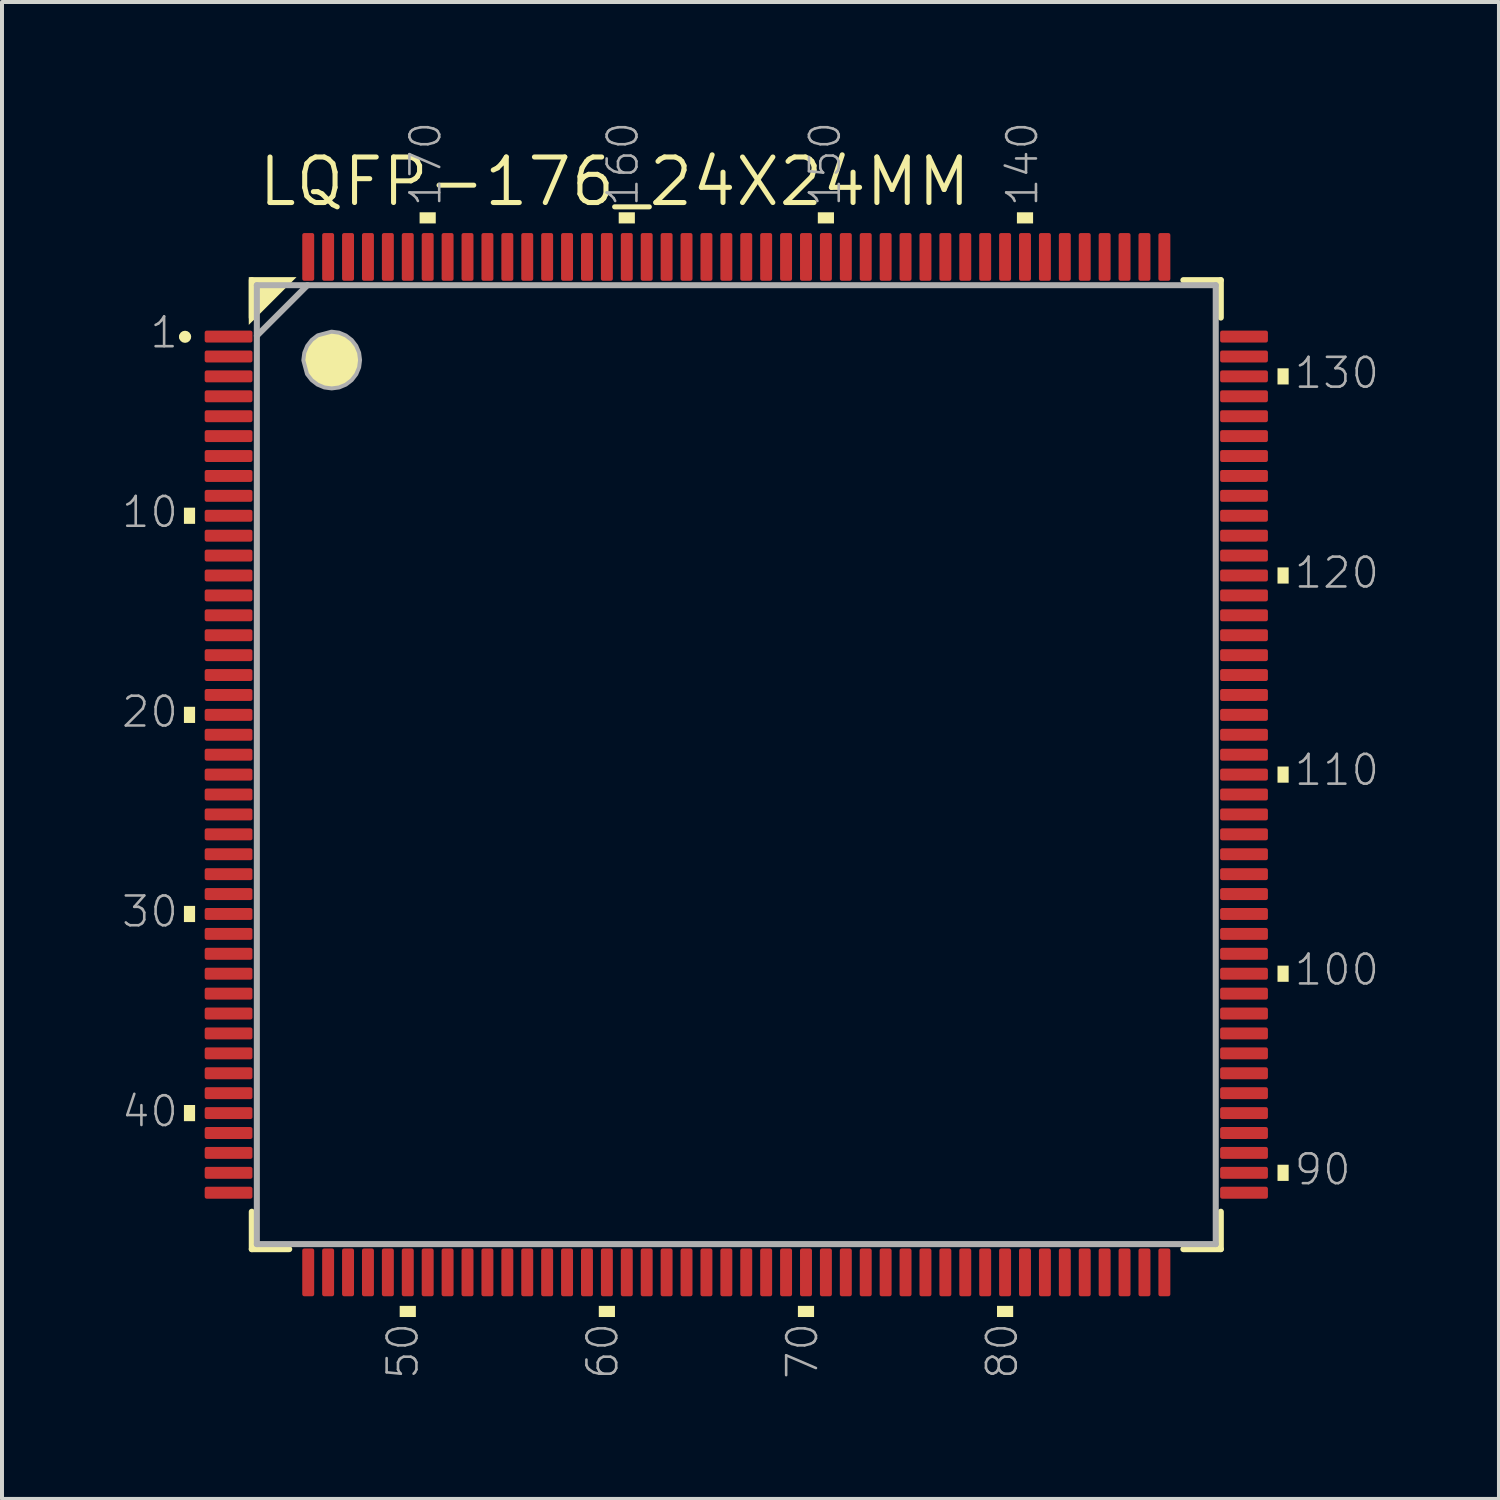
<source format=kicad_pcb>
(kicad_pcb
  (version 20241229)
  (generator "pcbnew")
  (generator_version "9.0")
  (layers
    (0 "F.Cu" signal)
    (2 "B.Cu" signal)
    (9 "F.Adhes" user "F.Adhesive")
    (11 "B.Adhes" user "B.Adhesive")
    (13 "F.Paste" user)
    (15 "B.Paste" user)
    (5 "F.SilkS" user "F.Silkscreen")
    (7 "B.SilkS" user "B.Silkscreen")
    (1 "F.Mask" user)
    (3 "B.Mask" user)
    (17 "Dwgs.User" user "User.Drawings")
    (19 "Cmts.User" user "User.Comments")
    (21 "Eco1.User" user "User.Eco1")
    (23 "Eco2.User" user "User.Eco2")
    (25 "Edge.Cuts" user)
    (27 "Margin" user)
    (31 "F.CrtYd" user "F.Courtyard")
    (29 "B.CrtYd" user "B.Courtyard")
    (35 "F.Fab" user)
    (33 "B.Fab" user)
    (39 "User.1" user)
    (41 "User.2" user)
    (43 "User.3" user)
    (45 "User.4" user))
  (footprint "LQFP-176_24X24MM"
    (layer "F.Cu")
    (at 15.44 16.152)
    (property "Reference" "LQFP-176_24X24MM" (at -12.065 -13.97 0) (layer "F.SilkS") (effects (font (size 1.143 1.143) (thickness 0.127)) (justify left bottom)))
    (fp_line (start -12.167 -12.167) (end -12.167 -11.227) (stroke (width 0.152) (type solid)) (layer "F.SilkS"))
    (fp_line (start -12.167 11.227) (end -12.167 12.167) (stroke (width 0.152) (type solid)) (layer "F.SilkS"))
    (fp_line (start -12.167 12.167) (end -11.227 12.167) (stroke (width 0.152) (type solid)) (layer "F.SilkS"))
    (fp_line (start 11.227 12.167) (end 12.167 12.167) (stroke (width 0.152) (type solid)) (layer "F.SilkS"))
    (fp_line (start 12.167 -12.167) (end 11.227 -12.167) (stroke (width 0.152) (type solid)) (layer "F.SilkS"))
    (fp_line (start 12.167 -11.227) (end 12.167 -12.167) (stroke (width 0.152) (type solid)) (layer "F.SilkS"))
    (fp_line (start 12.167 12.167) (end 12.167 11.227) (stroke (width 0.152) (type solid)) (layer "F.SilkS"))
    (fp_arc (start -13.9192 -10.7442) (mid -13.843 -10.8204) (end -13.7668 -10.7442) (stroke (width 0.1524) (type solid)) (layer "F.SilkS"))
    (fp_arc (start -13.7668 -10.7442) (mid -13.843 -10.668) (end -13.9192 -10.7442) (stroke (width 0.1524) (type solid)) (layer "F.SilkS"))
    (fp_poly (pts (xy -12.243 -11.043) (xy -12.243 -12.243) (xy -11.043 -12.243)) (stroke (width 0) (type solid)) (fill yes) (layer "F.SilkS"))
    (fp_poly (pts (xy -13.591 -6.047) (xy -13.871 -6.047) (xy -13.871 -6.453) (xy -13.591 -6.453)) (stroke (width 0) (type solid)) (fill yes) (layer "F.SilkS"))
    (fp_poly (pts (xy -13.591 -1.047) (xy -13.871 -1.047) (xy -13.871 -1.453) (xy -13.591 -1.453)) (stroke (width 0) (type solid)) (fill yes) (layer "F.SilkS"))
    (fp_poly (pts (xy -13.591 3.953) (xy -13.871 3.953) (xy -13.871 3.547) (xy -13.591 3.547)) (stroke (width 0) (type solid)) (fill yes) (layer "F.SilkS"))
    (fp_poly (pts (xy -13.591 8.953) (xy -13.871 8.953) (xy -13.871 8.547) (xy -13.591 8.547)) (stroke (width 0) (type solid)) (fill yes) (layer "F.SilkS"))
    (fp_poly (pts (xy -8.047 13.871) (xy -8.453 13.871) (xy -8.453 13.591) (xy -8.047 13.591)) (stroke (width 0) (type solid)) (fill yes) (layer "F.SilkS"))
    (fp_poly (pts (xy -7.547 -13.591) (xy -7.953 -13.591) (xy -7.953 -13.871) (xy -7.547 -13.871)) (stroke (width 0) (type solid)) (fill yes) (layer "F.SilkS"))
    (fp_poly (pts (xy -3.047 13.871) (xy -3.453 13.871) (xy -3.453 13.591) (xy -3.047 13.591)) (stroke (width 0) (type solid)) (fill yes) (layer "F.SilkS"))
    (fp_poly (pts (xy -2.547 -13.591) (xy -2.953 -13.591) (xy -2.953 -13.871) (xy -2.547 -13.871)) (stroke (width 0) (type solid)) (fill yes) (layer "F.SilkS"))
    (fp_poly (pts (xy 1.953 13.871) (xy 1.547 13.871) (xy 1.547 13.591) (xy 1.953 13.591)) (stroke (width 0) (type solid)) (fill yes) (layer "F.SilkS"))
    (fp_poly (pts (xy 2.453 -13.591) (xy 2.047 -13.591) (xy 2.047 -13.871) (xy 2.453 -13.871)) (stroke (width 0) (type solid)) (fill yes) (layer "F.SilkS"))
    (fp_poly (pts (xy 6.953 13.871) (xy 6.547 13.871) (xy 6.547 13.591) (xy 6.953 13.591)) (stroke (width 0) (type solid)) (fill yes) (layer "F.SilkS"))
    (fp_poly (pts (xy 7.453 -13.591) (xy 7.047 -13.591) (xy 7.047 -13.871) (xy 7.453 -13.871)) (stroke (width 0) (type solid)) (fill yes) (layer "F.SilkS"))
    (fp_poly (pts (xy 13.871 -9.547) (xy 13.591 -9.547) (xy 13.591 -9.953) (xy 13.871 -9.953)) (stroke (width 0) (type solid)) (fill yes) (layer "F.SilkS"))
    (fp_poly (pts (xy 13.871 -4.547) (xy 13.591 -4.547) (xy 13.591 -4.953) (xy 13.871 -4.953)) (stroke (width 0) (type solid)) (fill yes) (layer "F.SilkS"))
    (fp_poly (pts (xy 13.871 0.453) (xy 13.591 0.453) (xy 13.591 0.047) (xy 13.871 0.047)) (stroke (width 0) (type solid)) (fill yes) (layer "F.SilkS"))
    (fp_poly (pts (xy 13.871 5.453) (xy 13.591 5.453) (xy 13.591 5.047) (xy 13.871 5.047)) (stroke (width 0) (type solid)) (fill yes) (layer "F.SilkS"))
    (fp_poly (pts (xy 13.871 10.453) (xy 13.591 10.453) (xy 13.591 10.047) (xy 13.871 10.047)) (stroke (width 0) (type solid)) (fill yes) (layer "F.SilkS"))
    (fp_poly (pts (xy -9.976 -10.848) (xy -9.804 -10.776) (xy -9.657 -10.663) (xy -9.544 -10.516) (xy -9.472 -10.344) (xy -9.448 -10.16) (xy -9.472 -9.976) (xy -9.544 -9.804) (xy -9.657 -9.657) (xy -9.804 -9.544) (xy -9.976 -9.472) (xy -10.16 -9.448) (xy -10.344 -9.472) (xy -10.516 -9.544) (xy -10.663 -9.657) (xy -10.78 -9.808) (xy -10.873 -10.155) (xy -10.848 -10.344) (xy -10.776 -10.516) (xy -10.663 -10.663) (xy -10.512 -10.78) (xy -10.165 -10.873)) (stroke (width 0) (type solid)) (fill yes) (layer "F.SilkS"))
    (fp_line (start -12.04 -12.04) (end -12.04 12.04) (stroke (width 0.152) (type solid)) (layer "F.Fab"))
    (fp_line (start -12.04 -10.77) (end -10.77 -12.04) (stroke (width 0.152) (type solid)) (layer "F.Fab"))
    (fp_line (start -12.04 12.04) (end 12.04 12.04) (stroke (width 0.152) (type solid)) (layer "F.Fab"))
    (fp_line (start 12.04 -12.04) (end -12.04 -12.04) (stroke (width 0.152) (type solid)) (layer "F.Fab"))
    (fp_line (start 12.04 12.04) (end 12.04 -12.04) (stroke (width 0.152) (type solid)) (layer "F.Fab"))
    (fp_poly (pts (xy -9.976 -10.848) (xy -9.804 -10.776) (xy -9.657 -10.663) (xy -9.544 -10.516) (xy -9.472 -10.344) (xy -9.448 -10.16) (xy -9.472 -9.976) (xy -9.544 -9.804) (xy -9.657 -9.657) (xy -9.804 -9.544) (xy -9.976 -9.472) (xy -10.16 -9.448) (xy -10.344 -9.472) (xy -10.516 -9.544) (xy -10.663 -9.657) (xy -10.78 -9.808) (xy -10.873 -10.155) (xy -10.848 -10.344) (xy -10.776 -10.516) (xy -10.663 -10.663) (xy -10.512 -10.78) (xy -10.165 -10.873)) (stroke (width 0.1) (type solid)) (fill no) (layer "F.Fab"))
    (fp_text user "20" (at -13.97 -0.889 0) (layer "F.Fab") (effects (font (size 0.748 0.748) (thickness 0.065)) (justify right bottom)))
    (fp_text user "70" (at 2.095 13.97 90) (layer "F.Fab") (effects (font (size 0.748 0.748) (thickness 0.065)) (justify right bottom)))
    (fp_text user "120" (at 13.97 -4.381 0) (layer "F.Fab") (effects (font (size 0.748 0.748) (thickness 0.065)) (justify left bottom)))
    (fp_text user "10" (at -13.97 -5.905 0) (layer "F.Fab") (effects (font (size 0.748 0.748) (thickness 0.065)) (justify right bottom)))
    (fp_text user "50" (at -7.938 13.97 90) (layer "F.Fab") (effects (font (size 0.748 0.748) (thickness 0.065)) (justify right bottom)))
    (fp_text user "130" (at 13.97 -9.398 0) (layer "F.Fab") (effects (font (size 0.748 0.748) (thickness 0.065)) (justify left bottom)))
    (fp_text user "100" (at 13.97 5.588 0) (layer "F.Fab") (effects (font (size 0.748 0.748) (thickness 0.065)) (justify left bottom)))
    (fp_text user "40" (at -13.97 9.144 0) (layer "F.Fab") (effects (font (size 0.748 0.748) (thickness 0.065)) (justify right bottom)))
    (fp_text user "110" (at 13.97 0.572 0) (layer "F.Fab") (effects (font (size 0.748 0.748) (thickness 0.065)) (justify left bottom)))
    (fp_text user "170" (at -7.366 -13.97 90) (layer "F.Fab") (effects (font (size 0.748 0.748) (thickness 0.065)) (justify left bottom)))
    (fp_text user "140" (at 7.62 -13.97 90) (layer "F.Fab") (effects (font (size 0.748 0.748) (thickness 0.065)) (justify left bottom)))
    (fp_text user "1" (at -13.97 -10.414 0) (layer "F.Fab") (effects (font (size 0.748 0.748) (thickness 0.065)) (justify right bottom)))
    (fp_text user "90" (at 13.97 10.604 0) (layer "F.Fab") (effects (font (size 0.748 0.748) (thickness 0.065)) (justify left bottom)))
    (fp_text user "150" (at 2.667 -13.97 90) (layer "F.Fab") (effects (font (size 0.748 0.748) (thickness 0.065)) (justify left bottom)))
    (fp_text user "80" (at 7.112 13.97 90) (layer "F.Fab") (effects (font (size 0.748 0.748) (thickness 0.065)) (justify right bottom)))
    (fp_text user "30" (at -13.97 4.128 0) (layer "F.Fab") (effects (font (size 0.748 0.748) (thickness 0.065)) (justify right bottom)))
    (fp_text user "160" (at -2.413 -13.97 90) (layer "F.Fab") (effects (font (size 0.748 0.748) (thickness 0.065)) (justify left bottom)))
    (fp_text user "60" (at -2.921 13.97 90) (layer "F.Fab") (effects (font (size 0.748 0.748) (thickness 0.065)) (justify right bottom)))
    (pad "1" smd roundrect (at -12.75 -10.75) (size 1.2 0.3) (layers "F.Cu" "F.Mask" "F.Paste") (roundrect_rratio 0.169))
    (pad "2" smd roundrect (at -12.75 -10.25) (size 1.2 0.3) (layers "F.Cu" "F.Mask" "F.Paste") (roundrect_rratio 0.169))
    (pad "3" smd roundrect (at -12.75 -9.75) (size 1.2 0.3) (layers "F.Cu" "F.Mask" "F.Paste") (roundrect_rratio 0.169))
    (pad "4" smd roundrect (at -12.75 -9.25) (size 1.2 0.3) (layers "F.Cu" "F.Mask" "F.Paste") (roundrect_rratio 0.169))
    (pad "5" smd roundrect (at -12.75 -8.75) (size 1.2 0.3) (layers "F.Cu" "F.Mask" "F.Paste") (roundrect_rratio 0.169))
    (pad "6" smd roundrect (at -12.75 -8.25) (size 1.2 0.3) (layers "F.Cu" "F.Mask" "F.Paste") (roundrect_rratio 0.169))
    (pad "7" smd roundrect (at -12.75 -7.75) (size 1.2 0.3) (layers "F.Cu" "F.Mask" "F.Paste") (roundrect_rratio 0.169))
    (pad "8" smd roundrect (at -12.75 -7.25) (size 1.2 0.3) (layers "F.Cu" "F.Mask" "F.Paste") (roundrect_rratio 0.169))
    (pad "9" smd roundrect (at -12.75 -6.75) (size 1.2 0.3) (layers "F.Cu" "F.Mask" "F.Paste") (roundrect_rratio 0.169))
    (pad "10" smd roundrect (at -12.75 -6.25) (size 1.2 0.3) (layers "F.Cu" "F.Mask" "F.Paste") (roundrect_rratio 0.169))
    (pad "11" smd roundrect (at -12.75 -5.75) (size 1.2 0.3) (layers "F.Cu" "F.Mask" "F.Paste") (roundrect_rratio 0.169))
    (pad "12" smd roundrect (at -12.75 -5.25) (size 1.2 0.3) (layers "F.Cu" "F.Mask" "F.Paste") (roundrect_rratio 0.169))
    (pad "13" smd roundrect (at -12.75 -4.75) (size 1.2 0.3) (layers "F.Cu" "F.Mask" "F.Paste") (roundrect_rratio 0.169))
    (pad "14" smd roundrect (at -12.75 -4.25) (size 1.2 0.3) (layers "F.Cu" "F.Mask" "F.Paste") (roundrect_rratio 0.169))
    (pad "15" smd roundrect (at -12.75 -3.75) (size 1.2 0.3) (layers "F.Cu" "F.Mask" "F.Paste") (roundrect_rratio 0.169))
    (pad "16" smd roundrect (at -12.75 -3.25) (size 1.2 0.3) (layers "F.Cu" "F.Mask" "F.Paste") (roundrect_rratio 0.169))
    (pad "17" smd roundrect (at -12.75 -2.75) (size 1.2 0.3) (layers "F.Cu" "F.Mask" "F.Paste") (roundrect_rratio 0.169))
    (pad "18" smd roundrect (at -12.75 -2.25) (size 1.2 0.3) (layers "F.Cu" "F.Mask" "F.Paste") (roundrect_rratio 0.169))
    (pad "19" smd roundrect (at -12.75 -1.75) (size 1.2 0.3) (layers "F.Cu" "F.Mask" "F.Paste") (roundrect_rratio 0.169))
    (pad "20" smd roundrect (at -12.75 -1.25) (size 1.2 0.3) (layers "F.Cu" "F.Mask" "F.Paste") (roundrect_rratio 0.169))
    (pad "21" smd roundrect (at -12.75 -0.75) (size 1.2 0.3) (layers "F.Cu" "F.Mask" "F.Paste") (roundrect_rratio 0.169))
    (pad "22" smd roundrect (at -12.75 -0.25) (size 1.2 0.3) (layers "F.Cu" "F.Mask" "F.Paste") (roundrect_rratio 0.169))
    (pad "23" smd roundrect (at -12.75 0.25) (size 1.2 0.3) (layers "F.Cu" "F.Mask" "F.Paste") (roundrect_rratio 0.169))
    (pad "24" smd roundrect (at -12.75 0.75) (size 1.2 0.3) (layers "F.Cu" "F.Mask" "F.Paste") (roundrect_rratio 0.169))
    (pad "25" smd roundrect (at -12.75 1.25) (size 1.2 0.3) (layers "F.Cu" "F.Mask" "F.Paste") (roundrect_rratio 0.169))
    (pad "26" smd roundrect (at -12.75 1.75) (size 1.2 0.3) (layers "F.Cu" "F.Mask" "F.Paste") (roundrect_rratio 0.169))
    (pad "27" smd roundrect (at -12.75 2.25) (size 1.2 0.3) (layers "F.Cu" "F.Mask" "F.Paste") (roundrect_rratio 0.169))
    (pad "28" smd roundrect (at -12.75 2.75) (size 1.2 0.3) (layers "F.Cu" "F.Mask" "F.Paste") (roundrect_rratio 0.169))
    (pad "29" smd roundrect (at -12.75 3.25) (size 1.2 0.3) (layers "F.Cu" "F.Mask" "F.Paste") (roundrect_rratio 0.169))
    (pad "30" smd roundrect (at -12.75 3.75) (size 1.2 0.3) (layers "F.Cu" "F.Mask" "F.Paste") (roundrect_rratio 0.169))
    (pad "31" smd roundrect (at -12.75 4.25) (size 1.2 0.3) (layers "F.Cu" "F.Mask" "F.Paste") (roundrect_rratio 0.169))
    (pad "32" smd roundrect (at -12.75 4.75) (size 1.2 0.3) (layers "F.Cu" "F.Mask" "F.Paste") (roundrect_rratio 0.169))
    (pad "33" smd roundrect (at -12.75 5.25) (size 1.2 0.3) (layers "F.Cu" "F.Mask" "F.Paste") (roundrect_rratio 0.169))
    (pad "34" smd roundrect (at -12.75 5.75) (size 1.2 0.3) (layers "F.Cu" "F.Mask" "F.Paste") (roundrect_rratio 0.169))
    (pad "35" smd roundrect (at -12.75 6.25) (size 1.2 0.3) (layers "F.Cu" "F.Mask" "F.Paste") (roundrect_rratio 0.169))
    (pad "36" smd roundrect (at -12.75 6.75) (size 1.2 0.3) (layers "F.Cu" "F.Mask" "F.Paste") (roundrect_rratio 0.169))
    (pad "37" smd roundrect (at -12.75 7.25) (size 1.2 0.3) (layers "F.Cu" "F.Mask" "F.Paste") (roundrect_rratio 0.169))
    (pad "38" smd roundrect (at -12.75 7.75) (size 1.2 0.3) (layers "F.Cu" "F.Mask" "F.Paste") (roundrect_rratio 0.169))
    (pad "39" smd roundrect (at -12.75 8.25) (size 1.2 0.3) (layers "F.Cu" "F.Mask" "F.Paste") (roundrect_rratio 0.169))
    (pad "40" smd roundrect (at -12.75 8.75) (size 1.2 0.3) (layers "F.Cu" "F.Mask" "F.Paste") (roundrect_rratio 0.169))
    (pad "41" smd roundrect (at -12.75 9.25) (size 1.2 0.3) (layers "F.Cu" "F.Mask" "F.Paste") (roundrect_rratio 0.169))
    (pad "42" smd roundrect (at -12.75 9.75) (size 1.2 0.3) (layers "F.Cu" "F.Mask" "F.Paste") (roundrect_rratio 0.169))
    (pad "43" smd roundrect (at -12.75 10.25) (size 1.2 0.3) (layers "F.Cu" "F.Mask" "F.Paste") (roundrect_rratio 0.169))
    (pad "44" smd roundrect (at -12.75 10.75) (size 1.2 0.3) (layers "F.Cu" "F.Mask" "F.Paste") (roundrect_rratio 0.169))
    (pad "45" smd roundrect (at -10.75 12.75 90) (size 1.2 0.3) (layers "F.Cu" "F.Mask" "F.Paste") (roundrect_rratio 0.169))
    (pad "46" smd roundrect (at -10.25 12.75 90) (size 1.2 0.3) (layers "F.Cu" "F.Mask" "F.Paste") (roundrect_rratio 0.169))
    (pad "47" smd roundrect (at -9.75 12.75 90) (size 1.2 0.3) (layers "F.Cu" "F.Mask" "F.Paste") (roundrect_rratio 0.169))
    (pad "48" smd roundrect (at -9.25 12.75 90) (size 1.2 0.3) (layers "F.Cu" "F.Mask" "F.Paste") (roundrect_rratio 0.169))
    (pad "49" smd roundrect (at -8.75 12.75 90) (size 1.2 0.3) (layers "F.Cu" "F.Mask" "F.Paste") (roundrect_rratio 0.169))
    (pad "50" smd roundrect (at -8.25 12.75 90) (size 1.2 0.3) (layers "F.Cu" "F.Mask" "F.Paste") (roundrect_rratio 0.169))
    (pad "51" smd roundrect (at -7.75 12.75 90) (size 1.2 0.3) (layers "F.Cu" "F.Mask" "F.Paste") (roundrect_rratio 0.169))
    (pad "52" smd roundrect (at -7.25 12.75 90) (size 1.2 0.3) (layers "F.Cu" "F.Mask" "F.Paste") (roundrect_rratio 0.169))
    (pad "53" smd roundrect (at -6.75 12.75 90) (size 1.2 0.3) (layers "F.Cu" "F.Mask" "F.Paste") (roundrect_rratio 0.169))
    (pad "54" smd roundrect (at -6.25 12.75 90) (size 1.2 0.3) (layers "F.Cu" "F.Mask" "F.Paste") (roundrect_rratio 0.169))
    (pad "55" smd roundrect (at -5.75 12.75 90) (size 1.2 0.3) (layers "F.Cu" "F.Mask" "F.Paste") (roundrect_rratio 0.169))
    (pad "56" smd roundrect (at -5.25 12.75 90) (size 1.2 0.3) (layers "F.Cu" "F.Mask" "F.Paste") (roundrect_rratio 0.169))
    (pad "57" smd roundrect (at -4.75 12.75 90) (size 1.2 0.3) (layers "F.Cu" "F.Mask" "F.Paste") (roundrect_rratio 0.169))
    (pad "58" smd roundrect (at -4.25 12.75 90) (size 1.2 0.3) (layers "F.Cu" "F.Mask" "F.Paste") (roundrect_rratio 0.169))
    (pad "59" smd roundrect (at -3.75 12.75 90) (size 1.2 0.3) (layers "F.Cu" "F.Mask" "F.Paste") (roundrect_rratio 0.169))
    (pad "60" smd roundrect (at -3.25 12.75 90) (size 1.2 0.3) (layers "F.Cu" "F.Mask" "F.Paste") (roundrect_rratio 0.169))
    (pad "61" smd roundrect (at -2.75 12.75 90) (size 1.2 0.3) (layers "F.Cu" "F.Mask" "F.Paste") (roundrect_rratio 0.169))
    (pad "62" smd roundrect (at -2.25 12.75 90) (size 1.2 0.3) (layers "F.Cu" "F.Mask" "F.Paste") (roundrect_rratio 0.169))
    (pad "63" smd roundrect (at -1.75 12.75 90) (size 1.2 0.3) (layers "F.Cu" "F.Mask" "F.Paste") (roundrect_rratio 0.169))
    (pad "64" smd roundrect (at -1.25 12.75 90) (size 1.2 0.3) (layers "F.Cu" "F.Mask" "F.Paste") (roundrect_rratio 0.169))
    (pad "65" smd roundrect (at -0.75 12.75 90) (size 1.2 0.3) (layers "F.Cu" "F.Mask" "F.Paste") (roundrect_rratio 0.169))
    (pad "66" smd roundrect (at -0.25 12.75 90) (size 1.2 0.3) (layers "F.Cu" "F.Mask" "F.Paste") (roundrect_rratio 0.169))
    (pad "67" smd roundrect (at 0.25 12.75 90) (size 1.2 0.3) (layers "F.Cu" "F.Mask" "F.Paste") (roundrect_rratio 0.169))
    (pad "68" smd roundrect (at 0.75 12.75 90) (size 1.2 0.3) (layers "F.Cu" "F.Mask" "F.Paste") (roundrect_rratio 0.169))
    (pad "69" smd roundrect (at 1.25 12.75 90) (size 1.2 0.3) (layers "F.Cu" "F.Mask" "F.Paste") (roundrect_rratio 0.169))
    (pad "70" smd roundrect (at 1.75 12.75 90) (size 1.2 0.3) (layers "F.Cu" "F.Mask" "F.Paste") (roundrect_rratio 0.169))
    (pad "71" smd roundrect (at 2.25 12.75 90) (size 1.2 0.3) (layers "F.Cu" "F.Mask" "F.Paste") (roundrect_rratio 0.169))
    (pad "72" smd roundrect (at 2.75 12.75 90) (size 1.2 0.3) (layers "F.Cu" "F.Mask" "F.Paste") (roundrect_rratio 0.169))
    (pad "73" smd roundrect (at 3.25 12.75 90) (size 1.2 0.3) (layers "F.Cu" "F.Mask" "F.Paste") (roundrect_rratio 0.169))
    (pad "74" smd roundrect (at 3.75 12.75 90) (size 1.2 0.3) (layers "F.Cu" "F.Mask" "F.Paste") (roundrect_rratio 0.169))
    (pad "75" smd roundrect (at 4.25 12.75 90) (size 1.2 0.3) (layers "F.Cu" "F.Mask" "F.Paste") (roundrect_rratio 0.169))
    (pad "76" smd roundrect (at 4.75 12.75 90) (size 1.2 0.3) (layers "F.Cu" "F.Mask" "F.Paste") (roundrect_rratio 0.169))
    (pad "77" smd roundrect (at 5.25 12.75 90) (size 1.2 0.3) (layers "F.Cu" "F.Mask" "F.Paste") (roundrect_rratio 0.169))
    (pad "78" smd roundrect (at 5.75 12.75 90) (size 1.2 0.3) (layers "F.Cu" "F.Mask" "F.Paste") (roundrect_rratio 0.169))
    (pad "79" smd roundrect (at 6.25 12.75 90) (size 1.2 0.3) (layers "F.Cu" "F.Mask" "F.Paste") (roundrect_rratio 0.169))
    (pad "80" smd roundrect (at 6.75 12.75 90) (size 1.2 0.3) (layers "F.Cu" "F.Mask" "F.Paste") (roundrect_rratio 0.169))
    (pad "81" smd roundrect (at 7.25 12.75 90) (size 1.2 0.3) (layers "F.Cu" "F.Mask" "F.Paste") (roundrect_rratio 0.169))
    (pad "82" smd roundrect (at 7.75 12.75 90) (size 1.2 0.3) (layers "F.Cu" "F.Mask" "F.Paste") (roundrect_rratio 0.169))
    (pad "83" smd roundrect (at 8.25 12.75 90) (size 1.2 0.3) (layers "F.Cu" "F.Mask" "F.Paste") (roundrect_rratio 0.169))
    (pad "84" smd roundrect (at 8.75 12.75 90) (size 1.2 0.3) (layers "F.Cu" "F.Mask" "F.Paste") (roundrect_rratio 0.169))
    (pad "85" smd roundrect (at 9.25 12.75 90) (size 1.2 0.3) (layers "F.Cu" "F.Mask" "F.Paste") (roundrect_rratio 0.169))
    (pad "86" smd roundrect (at 9.75 12.75 90) (size 1.2 0.3) (layers "F.Cu" "F.Mask" "F.Paste") (roundrect_rratio 0.169))
    (pad "87" smd roundrect (at 10.25 12.75 90) (size 1.2 0.3) (layers "F.Cu" "F.Mask" "F.Paste") (roundrect_rratio 0.169))
    (pad "88" smd roundrect (at 10.75 12.75 90) (size 1.2 0.3) (layers "F.Cu" "F.Mask" "F.Paste") (roundrect_rratio 0.169))
    (pad "89" smd roundrect (at 12.75 10.75 180) (size 1.2 0.3) (layers "F.Cu" "F.Mask" "F.Paste") (roundrect_rratio 0.169))
    (pad "90" smd roundrect (at 12.75 10.25 180) (size 1.2 0.3) (layers "F.Cu" "F.Mask" "F.Paste") (roundrect_rratio 0.169))
    (pad "91" smd roundrect (at 12.75 9.75 180) (size 1.2 0.3) (layers "F.Cu" "F.Mask" "F.Paste") (roundrect_rratio 0.169))
    (pad "92" smd roundrect (at 12.75 9.25 180) (size 1.2 0.3) (layers "F.Cu" "F.Mask" "F.Paste") (roundrect_rratio 0.169))
    (pad "93" smd roundrect (at 12.75 8.75 180) (size 1.2 0.3) (layers "F.Cu" "F.Mask" "F.Paste") (roundrect_rratio 0.169))
    (pad "94" smd roundrect (at 12.75 8.25 180) (size 1.2 0.3) (layers "F.Cu" "F.Mask" "F.Paste") (roundrect_rratio 0.169))
    (pad "95" smd roundrect (at 12.75 7.75 180) (size 1.2 0.3) (layers "F.Cu" "F.Mask" "F.Paste") (roundrect_rratio 0.169))
    (pad "96" smd roundrect (at 12.75 7.25 180) (size 1.2 0.3) (layers "F.Cu" "F.Mask" "F.Paste") (roundrect_rratio 0.169))
    (pad "97" smd roundrect (at 12.75 6.75 180) (size 1.2 0.3) (layers "F.Cu" "F.Mask" "F.Paste") (roundrect_rratio 0.169))
    (pad "98" smd roundrect (at 12.75 6.25 180) (size 1.2 0.3) (layers "F.Cu" "F.Mask" "F.Paste") (roundrect_rratio 0.169))
    (pad "99" smd roundrect (at 12.75 5.75 180) (size 1.2 0.3) (layers "F.Cu" "F.Mask" "F.Paste") (roundrect_rratio 0.169))
    (pad "100" smd roundrect (at 12.75 5.25 180) (size 1.2 0.3) (layers "F.Cu" "F.Mask" "F.Paste") (roundrect_rratio 0.169))
    (pad "101" smd roundrect (at 12.75 4.75 180) (size 1.2 0.3) (layers "F.Cu" "F.Mask" "F.Paste") (roundrect_rratio 0.169))
    (pad "102" smd roundrect (at 12.75 4.25 180) (size 1.2 0.3) (layers "F.Cu" "F.Mask" "F.Paste") (roundrect_rratio 0.169))
    (pad "103" smd roundrect (at 12.75 3.75 180) (size 1.2 0.3) (layers "F.Cu" "F.Mask" "F.Paste") (roundrect_rratio 0.169))
    (pad "104" smd roundrect (at 12.75 3.25 180) (size 1.2 0.3) (layers "F.Cu" "F.Mask" "F.Paste") (roundrect_rratio 0.169))
    (pad "105" smd roundrect (at 12.75 2.75 180) (size 1.2 0.3) (layers "F.Cu" "F.Mask" "F.Paste") (roundrect_rratio 0.169))
    (pad "106" smd roundrect (at 12.75 2.25 180) (size 1.2 0.3) (layers "F.Cu" "F.Mask" "F.Paste") (roundrect_rratio 0.169))
    (pad "107" smd roundrect (at 12.75 1.75 180) (size 1.2 0.3) (layers "F.Cu" "F.Mask" "F.Paste") (roundrect_rratio 0.169))
    (pad "108" smd roundrect (at 12.75 1.25 180) (size 1.2 0.3) (layers "F.Cu" "F.Mask" "F.Paste") (roundrect_rratio 0.169))
    (pad "109" smd roundrect (at 12.75 0.75 180) (size 1.2 0.3) (layers "F.Cu" "F.Mask" "F.Paste") (roundrect_rratio 0.169))
    (pad "110" smd roundrect (at 12.75 0.25 180) (size 1.2 0.3) (layers "F.Cu" "F.Mask" "F.Paste") (roundrect_rratio 0.169))
    (pad "111" smd roundrect (at 12.75 -0.25 180) (size 1.2 0.3) (layers "F.Cu" "F.Mask" "F.Paste") (roundrect_rratio 0.169))
    (pad "112" smd roundrect (at 12.75 -0.75 180) (size 1.2 0.3) (layers "F.Cu" "F.Mask" "F.Paste") (roundrect_rratio 0.169))
    (pad "113" smd roundrect (at 12.75 -1.25 180) (size 1.2 0.3) (layers "F.Cu" "F.Mask" "F.Paste") (roundrect_rratio 0.169))
    (pad "114" smd roundrect (at 12.75 -1.75 180) (size 1.2 0.3) (layers "F.Cu" "F.Mask" "F.Paste") (roundrect_rratio 0.169))
    (pad "115" smd roundrect (at 12.75 -2.25 180) (size 1.2 0.3) (layers "F.Cu" "F.Mask" "F.Paste") (roundrect_rratio 0.169))
    (pad "116" smd roundrect (at 12.75 -2.75 180) (size 1.2 0.3) (layers "F.Cu" "F.Mask" "F.Paste") (roundrect_rratio 0.169))
    (pad "117" smd roundrect (at 12.75 -3.25 180) (size 1.2 0.3) (layers "F.Cu" "F.Mask" "F.Paste") (roundrect_rratio 0.169))
    (pad "118" smd roundrect (at 12.75 -3.75 180) (size 1.2 0.3) (layers "F.Cu" "F.Mask" "F.Paste") (roundrect_rratio 0.169))
    (pad "119" smd roundrect (at 12.75 -4.25 180) (size 1.2 0.3) (layers "F.Cu" "F.Mask" "F.Paste") (roundrect_rratio 0.169))
    (pad "120" smd roundrect (at 12.75 -4.75 180) (size 1.2 0.3) (layers "F.Cu" "F.Mask" "F.Paste") (roundrect_rratio 0.169))
    (pad "121" smd roundrect (at 12.75 -5.25 180) (size 1.2 0.3) (layers "F.Cu" "F.Mask" "F.Paste") (roundrect_rratio 0.169))
    (pad "122" smd roundrect (at 12.75 -5.75 180) (size 1.2 0.3) (layers "F.Cu" "F.Mask" "F.Paste") (roundrect_rratio 0.169))
    (pad "123" smd roundrect (at 12.75 -6.25 180) (size 1.2 0.3) (layers "F.Cu" "F.Mask" "F.Paste") (roundrect_rratio 0.169))
    (pad "124" smd roundrect (at 12.75 -6.75 180) (size 1.2 0.3) (layers "F.Cu" "F.Mask" "F.Paste") (roundrect_rratio 0.169))
    (pad "125" smd roundrect (at 12.75 -7.25 180) (size 1.2 0.3) (layers "F.Cu" "F.Mask" "F.Paste") (roundrect_rratio 0.169))
    (pad "126" smd roundrect (at 12.75 -7.75 180) (size 1.2 0.3) (layers "F.Cu" "F.Mask" "F.Paste") (roundrect_rratio 0.169))
    (pad "127" smd roundrect (at 12.75 -8.25 180) (size 1.2 0.3) (layers "F.Cu" "F.Mask" "F.Paste") (roundrect_rratio 0.169))
    (pad "128" smd roundrect (at 12.75 -8.75 180) (size 1.2 0.3) (layers "F.Cu" "F.Mask" "F.Paste") (roundrect_rratio 0.169))
    (pad "129" smd roundrect (at 12.75 -9.25 180) (size 1.2 0.3) (layers "F.Cu" "F.Mask" "F.Paste") (roundrect_rratio 0.169))
    (pad "130" smd roundrect (at 12.75 -9.75 180) (size 1.2 0.3) (layers "F.Cu" "F.Mask" "F.Paste") (roundrect_rratio 0.169))
    (pad "131" smd roundrect (at 12.75 -10.25 180) (size 1.2 0.3) (layers "F.Cu" "F.Mask" "F.Paste") (roundrect_rratio 0.169))
    (pad "132" smd roundrect (at 12.75 -10.75 180) (size 1.2 0.3) (layers "F.Cu" "F.Mask" "F.Paste") (roundrect_rratio 0.169))
    (pad "133" smd roundrect (at 10.75 -12.75 270) (size 1.2 0.3) (layers "F.Cu" "F.Mask" "F.Paste") (roundrect_rratio 0.169))
    (pad "134" smd roundrect (at 10.25 -12.75 270) (size 1.2 0.3) (layers "F.Cu" "F.Mask" "F.Paste") (roundrect_rratio 0.169))
    (pad "135" smd roundrect (at 9.75 -12.75 270) (size 1.2 0.3) (layers "F.Cu" "F.Mask" "F.Paste") (roundrect_rratio 0.169))
    (pad "136" smd roundrect (at 9.25 -12.75 270) (size 1.2 0.3) (layers "F.Cu" "F.Mask" "F.Paste") (roundrect_rratio 0.169))
    (pad "137" smd roundrect (at 8.75 -12.75 270) (size 1.2 0.3) (layers "F.Cu" "F.Mask" "F.Paste") (roundrect_rratio 0.169))
    (pad "138" smd roundrect (at 8.25 -12.75 270) (size 1.2 0.3) (layers "F.Cu" "F.Mask" "F.Paste") (roundrect_rratio 0.169))
    (pad "139" smd roundrect (at 7.75 -12.75 270) (size 1.2 0.3) (layers "F.Cu" "F.Mask" "F.Paste") (roundrect_rratio 0.169))
    (pad "140" smd roundrect (at 7.25 -12.75 270) (size 1.2 0.3) (layers "F.Cu" "F.Mask" "F.Paste") (roundrect_rratio 0.169))
    (pad "141" smd roundrect (at 6.75 -12.75 270) (size 1.2 0.3) (layers "F.Cu" "F.Mask" "F.Paste") (roundrect_rratio 0.169))
    (pad "142" smd roundrect (at 6.25 -12.75 270) (size 1.2 0.3) (layers "F.Cu" "F.Mask" "F.Paste") (roundrect_rratio 0.169))
    (pad "143" smd roundrect (at 5.75 -12.75 270) (size 1.2 0.3) (layers "F.Cu" "F.Mask" "F.Paste") (roundrect_rratio 0.169))
    (pad "144" smd roundrect (at 5.25 -12.75 270) (size 1.2 0.3) (layers "F.Cu" "F.Mask" "F.Paste") (roundrect_rratio 0.169))
    (pad "145" smd roundrect (at 4.75 -12.75 270) (size 1.2 0.3) (layers "F.Cu" "F.Mask" "F.Paste") (roundrect_rratio 0.169))
    (pad "146" smd roundrect (at 4.25 -12.75 270) (size 1.2 0.3) (layers "F.Cu" "F.Mask" "F.Paste") (roundrect_rratio 0.169))
    (pad "147" smd roundrect (at 3.75 -12.75 270) (size 1.2 0.3) (layers "F.Cu" "F.Mask" "F.Paste") (roundrect_rratio 0.169))
    (pad "148" smd roundrect (at 3.25 -12.75 270) (size 1.2 0.3) (layers "F.Cu" "F.Mask" "F.Paste") (roundrect_rratio 0.169))
    (pad "149" smd roundrect (at 2.75 -12.75 270) (size 1.2 0.3) (layers "F.Cu" "F.Mask" "F.Paste") (roundrect_rratio 0.169))
    (pad "150" smd roundrect (at 2.25 -12.75 270) (size 1.2 0.3) (layers "F.Cu" "F.Mask" "F.Paste") (roundrect_rratio 0.169))
    (pad "151" smd roundrect (at 1.75 -12.75 270) (size 1.2 0.3) (layers "F.Cu" "F.Mask" "F.Paste") (roundrect_rratio 0.169))
    (pad "152" smd roundrect (at 1.25 -12.75 270) (size 1.2 0.3) (layers "F.Cu" "F.Mask" "F.Paste") (roundrect_rratio 0.169))
    (pad "153" smd roundrect (at 0.75 -12.75 270) (size 1.2 0.3) (layers "F.Cu" "F.Mask" "F.Paste") (roundrect_rratio 0.169))
    (pad "154" smd roundrect (at 0.25 -12.75 270) (size 1.2 0.3) (layers "F.Cu" "F.Mask" "F.Paste") (roundrect_rratio 0.169))
    (pad "155" smd roundrect (at -0.25 -12.75 270) (size 1.2 0.3) (layers "F.Cu" "F.Mask" "F.Paste") (roundrect_rratio 0.169))
    (pad "156" smd roundrect (at -0.75 -12.75 270) (size 1.2 0.3) (layers "F.Cu" "F.Mask" "F.Paste") (roundrect_rratio 0.169))
    (pad "157" smd roundrect (at -1.25 -12.75 270) (size 1.2 0.3) (layers "F.Cu" "F.Mask" "F.Paste") (roundrect_rratio 0.169))
    (pad "158" smd roundrect (at -1.75 -12.75 270) (size 1.2 0.3) (layers "F.Cu" "F.Mask" "F.Paste") (roundrect_rratio 0.169))
    (pad "159" smd roundrect (at -2.25 -12.75 270) (size 1.2 0.3) (layers "F.Cu" "F.Mask" "F.Paste") (roundrect_rratio 0.169))
    (pad "160" smd roundrect (at -2.75 -12.75 270) (size 1.2 0.3) (layers "F.Cu" "F.Mask" "F.Paste") (roundrect_rratio 0.169))
    (pad "161" smd roundrect (at -3.25 -12.75 270) (size 1.2 0.3) (layers "F.Cu" "F.Mask" "F.Paste") (roundrect_rratio 0.169))
    (pad "162" smd roundrect (at -3.75 -12.75 270) (size 1.2 0.3) (layers "F.Cu" "F.Mask" "F.Paste") (roundrect_rratio 0.169))
    (pad "163" smd roundrect (at -4.25 -12.75 270) (size 1.2 0.3) (layers "F.Cu" "F.Mask" "F.Paste") (roundrect_rratio 0.169))
    (pad "164" smd roundrect (at -4.75 -12.75 270) (size 1.2 0.3) (layers "F.Cu" "F.Mask" "F.Paste") (roundrect_rratio 0.169))
    (pad "165" smd roundrect (at -5.25 -12.75 270) (size 1.2 0.3) (layers "F.Cu" "F.Mask" "F.Paste") (roundrect_rratio 0.169))
    (pad "166" smd roundrect (at -5.75 -12.75 270) (size 1.2 0.3) (layers "F.Cu" "F.Mask" "F.Paste") (roundrect_rratio 0.169))
    (pad "167" smd roundrect (at -6.25 -12.75 270) (size 1.2 0.3) (layers "F.Cu" "F.Mask" "F.Paste") (roundrect_rratio 0.169))
    (pad "168" smd roundrect (at -6.75 -12.75 270) (size 1.2 0.3) (layers "F.Cu" "F.Mask" "F.Paste") (roundrect_rratio 0.169))
    (pad "169" smd roundrect (at -7.25 -12.75 270) (size 1.2 0.3) (layers "F.Cu" "F.Mask" "F.Paste") (roundrect_rratio 0.169))
    (pad "170" smd roundrect (at -7.75 -12.75 270) (size 1.2 0.3) (layers "F.Cu" "F.Mask" "F.Paste") (roundrect_rratio 0.169))
    (pad "171" smd roundrect (at -8.25 -12.75 270) (size 1.2 0.3) (layers "F.Cu" "F.Mask" "F.Paste") (roundrect_rratio 0.169))
    (pad "172" smd roundrect (at -8.75 -12.75 270) (size 1.2 0.3) (layers "F.Cu" "F.Mask" "F.Paste") (roundrect_rratio 0.169))
    (pad "173" smd roundrect (at -9.25 -12.75 270) (size 1.2 0.3) (layers "F.Cu" "F.Mask" "F.Paste") (roundrect_rratio 0.169))
    (pad "174" smd roundrect (at -9.75 -12.75 270) (size 1.2 0.3) (layers "F.Cu" "F.Mask" "F.Paste") (roundrect_rratio 0.169))
    (pad "175" smd roundrect (at -10.25 -12.75 270) (size 1.2 0.3) (layers "F.Cu" "F.Mask" "F.Paste") (roundrect_rratio 0.169))
    (pad "176" smd roundrect (at -10.75 -12.75 270) (size 1.2 0.3) (layers "F.Cu" "F.Mask" "F.Paste") (roundrect_rratio 0.169)))
  (gr_rect
    (start -3 -3)
    (end 34.592 34.592)
    (stroke (width 0.1) (type default))
    (fill no)
    (layer "Edge.Cuts")))
</source>
